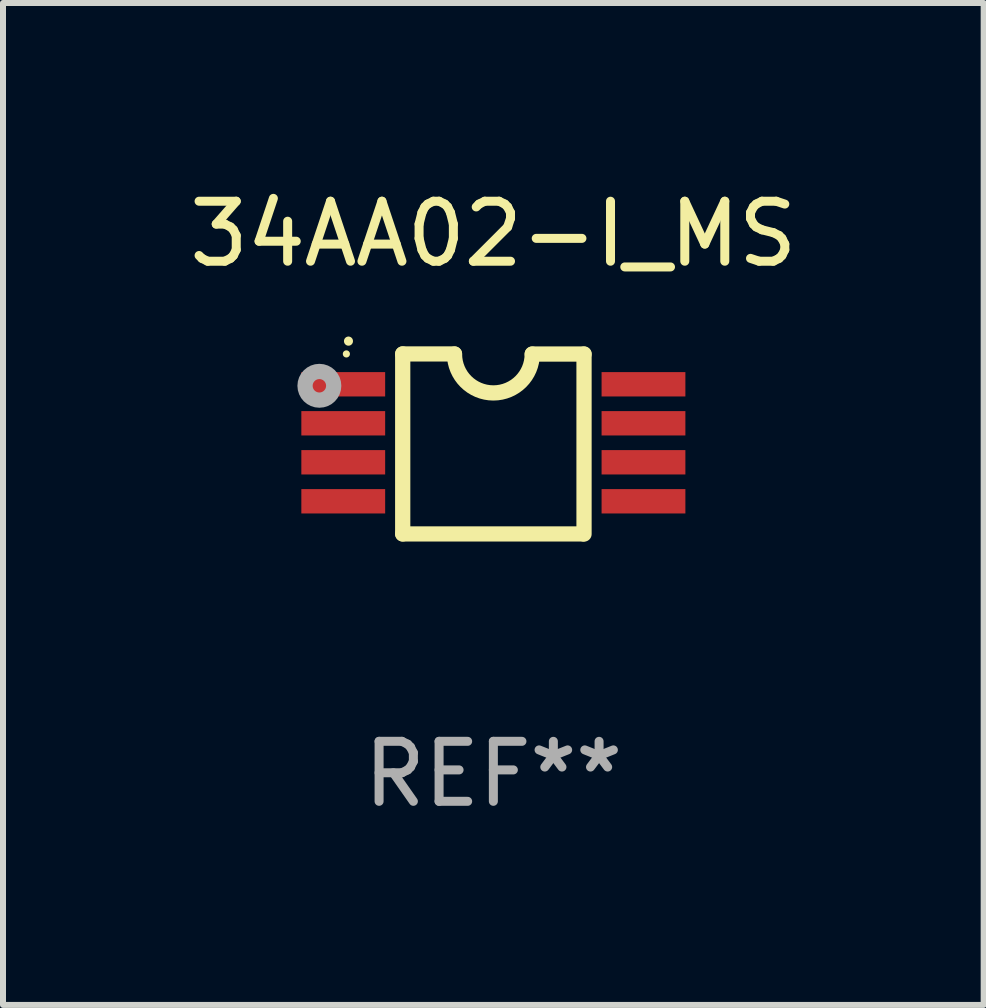
<source format=kicad_pcb>
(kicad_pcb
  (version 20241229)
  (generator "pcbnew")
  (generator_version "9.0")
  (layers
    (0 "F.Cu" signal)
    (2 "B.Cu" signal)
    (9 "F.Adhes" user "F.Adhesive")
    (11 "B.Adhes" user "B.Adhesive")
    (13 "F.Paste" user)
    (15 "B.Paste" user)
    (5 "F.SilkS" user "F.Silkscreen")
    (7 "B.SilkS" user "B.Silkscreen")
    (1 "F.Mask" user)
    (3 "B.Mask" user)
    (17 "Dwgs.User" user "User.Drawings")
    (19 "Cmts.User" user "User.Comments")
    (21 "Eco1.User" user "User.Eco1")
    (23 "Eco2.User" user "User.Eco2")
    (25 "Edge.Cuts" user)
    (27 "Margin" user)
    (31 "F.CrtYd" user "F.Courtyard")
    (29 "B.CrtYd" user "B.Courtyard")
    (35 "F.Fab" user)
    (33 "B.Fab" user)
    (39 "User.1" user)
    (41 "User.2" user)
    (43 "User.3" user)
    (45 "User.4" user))
  (footprint "34AA02-I_MS"
    (layer "F.Cu")
    (at 5.173 4.35)
    (property "Reference" "34AA02-I_MS" (at 0 -3.501 0) (layer "F.SilkS") (effects (font (size 1 1) (thickness 0.15))))
    (attr through_hole)
    (fp_line (start -1.511 -1.501) (end -1.511 1.499) (stroke (width 0.254) (type solid)) (layer "F.SilkS"))
    (fp_line (start -1.511 -1.501) (end -0.648 -1.501) (stroke (width 0.254) (type solid)) (layer "F.SilkS"))
    (fp_line (start -1.511 1.499) (end 1.489 1.499) (stroke (width 0.254) (type solid)) (layer "F.SilkS"))
    (fp_line (start 0.648 -1.499) (end 1.511 -1.499) (stroke (width 0.254) (type solid)) (layer "F.SilkS"))
    (fp_line (start 1.511 -1.499) (end 1.511 1.501) (stroke (width 0.254) (type solid)) (layer "F.SilkS"))
    (fp_arc (start -2.41491 -1.713233) (mid -2.414916 -1.714503) (end -2.41491 -1.715773) (stroke (width 0.150013) (type solid)) (layer "F.SilkS"))
    (fp_arc (start 0.647803 -1.498603) (mid 0.000102 -0.850902) (end -0.647599 -1.498603) (stroke (width 0.254001) (type solid)) (layer "F.SilkS"))
    (fp_circle (center -2.45 -1.501) (end -2.42 -1.501) (stroke (width 0.06) (type solid)) (fill no) (layer "F.SilkS"))
    (fp_circle (center -2.9 -0.97) (end -2.788 -0.97) (stroke (width 0.254) (type solid)) (fill no) (layer "F.Fab"))
    (fp_text user "REF**" (at 0 5.501 0) (layer "F.Fab") (effects (font (size 1 1) (thickness 0.15))))
    (pad "1" smd rect (at -2.502 -0.995) (size 1.397 0.406) (layers "F.Cu" "F.Mask" "F.Paste"))
    (pad "2" smd rect (at -2.502 -0.345) (size 1.397 0.406) (layers "F.Cu" "F.Mask" "F.Paste"))
    (pad "3" smd rect (at -2.502 0.305) (size 1.397 0.406) (layers "F.Cu" "F.Mask" "F.Paste"))
    (pad "4" smd rect (at -2.502 0.955) (size 1.397 0.406) (layers "F.Cu" "F.Mask" "F.Paste"))
    (pad "5" smd rect (at 2.502 0.955) (size 1.397 0.406) (layers "F.Cu" "F.Mask" "F.Paste"))
    (pad "6" smd rect (at 2.502 0.305) (size 1.397 0.406) (layers "F.Cu" "F.Mask" "F.Paste"))
    (pad "7" smd rect (at 2.502 -0.345) (size 1.397 0.406) (layers "F.Cu" "F.Mask" "F.Paste"))
    (pad "8" smd rect (at 2.502 -0.995) (size 1.397 0.406) (layers "F.Cu" "F.Mask" "F.Paste")))
  (gr_rect
    (start -3 -3)
    (end 13.345 13.699)
    (stroke (width 0.1) (type default))
    (fill no)
    (layer "Edge.Cuts")))
</source>
